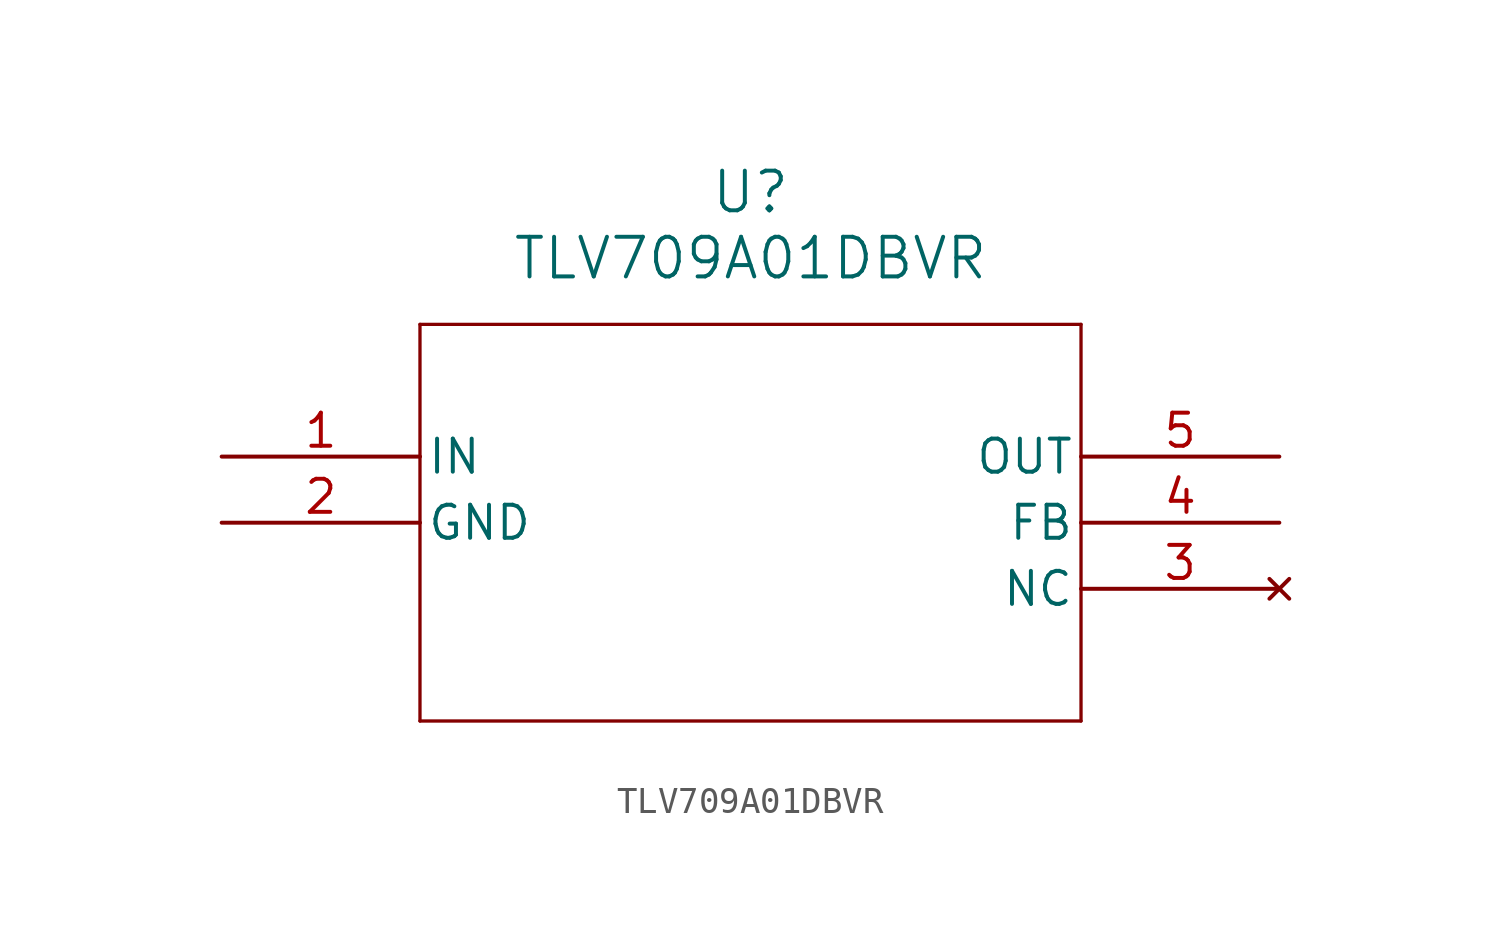
<source format=kicad_sym>
(kicad_symbol_lib
  (version 20220914)
  (generator kicad_symbol_editor)
  (symbol "TLV709A01DBVR"
    (pin_names
      (offset 0.254))
    (property "Reference" "U"
      (at 20.32 10.16 0)
      (effects (font (size 1.524 1.524))))
    (property "Value" "TLV709A01DBVR"
      (at 20.32 7.62 0)
      (effects (font (size 1.524 1.524))))
    (symbol "TLV709A01DBVR_0_1"
      (polyline (pts (xy 7.62 -10.16) (xy 33.02 -10.16)) (stroke (width 0.127) (type default)) (fill (type none)))
      (polyline (pts (xy 7.62 5.08) (xy 7.62 -10.16)) (stroke (width 0.127) (type default)) (fill (type none)))
      (polyline (pts (xy 33.02 -10.16) (xy 33.02 5.08)) (stroke (width 0.127) (type default)) (fill (type none)))
      (polyline (pts (xy 33.02 5.08) (xy 7.62 5.08)) (stroke (width 0.127) (type default)) (fill (type none)))
      (pin input line (at 0 0 0) (length 7.62) (name "IN" (effects (font (size 1.27 1.27)))) (number "1" (effects (font (size 1.27 1.27)))))
      (pin power_out line (at 0 -2.54 0) (length 7.62) (name "GND" (effects (font (size 1.27 1.27)))) (number "2" (effects (font (size 1.27 1.27)))))
      (pin no_connect line (at 40.64 -5.08 180) (length 7.62) (name "NC" (effects (font (size 1.27 1.27)))) (number "3" (effects (font (size 1.27 1.27)))))
      (pin input line (at 40.64 -2.54 180) (length 7.62) (name "FB" (effects (font (size 1.27 1.27)))) (number "4" (effects (font (size 1.27 1.27)))))
      (pin output line (at 40.64 0 180) (length 7.62) (name "OUT" (effects (font (size 1.27 1.27)))) (number "5" (effects (font (size 1.27 1.27))))))))
</source>
